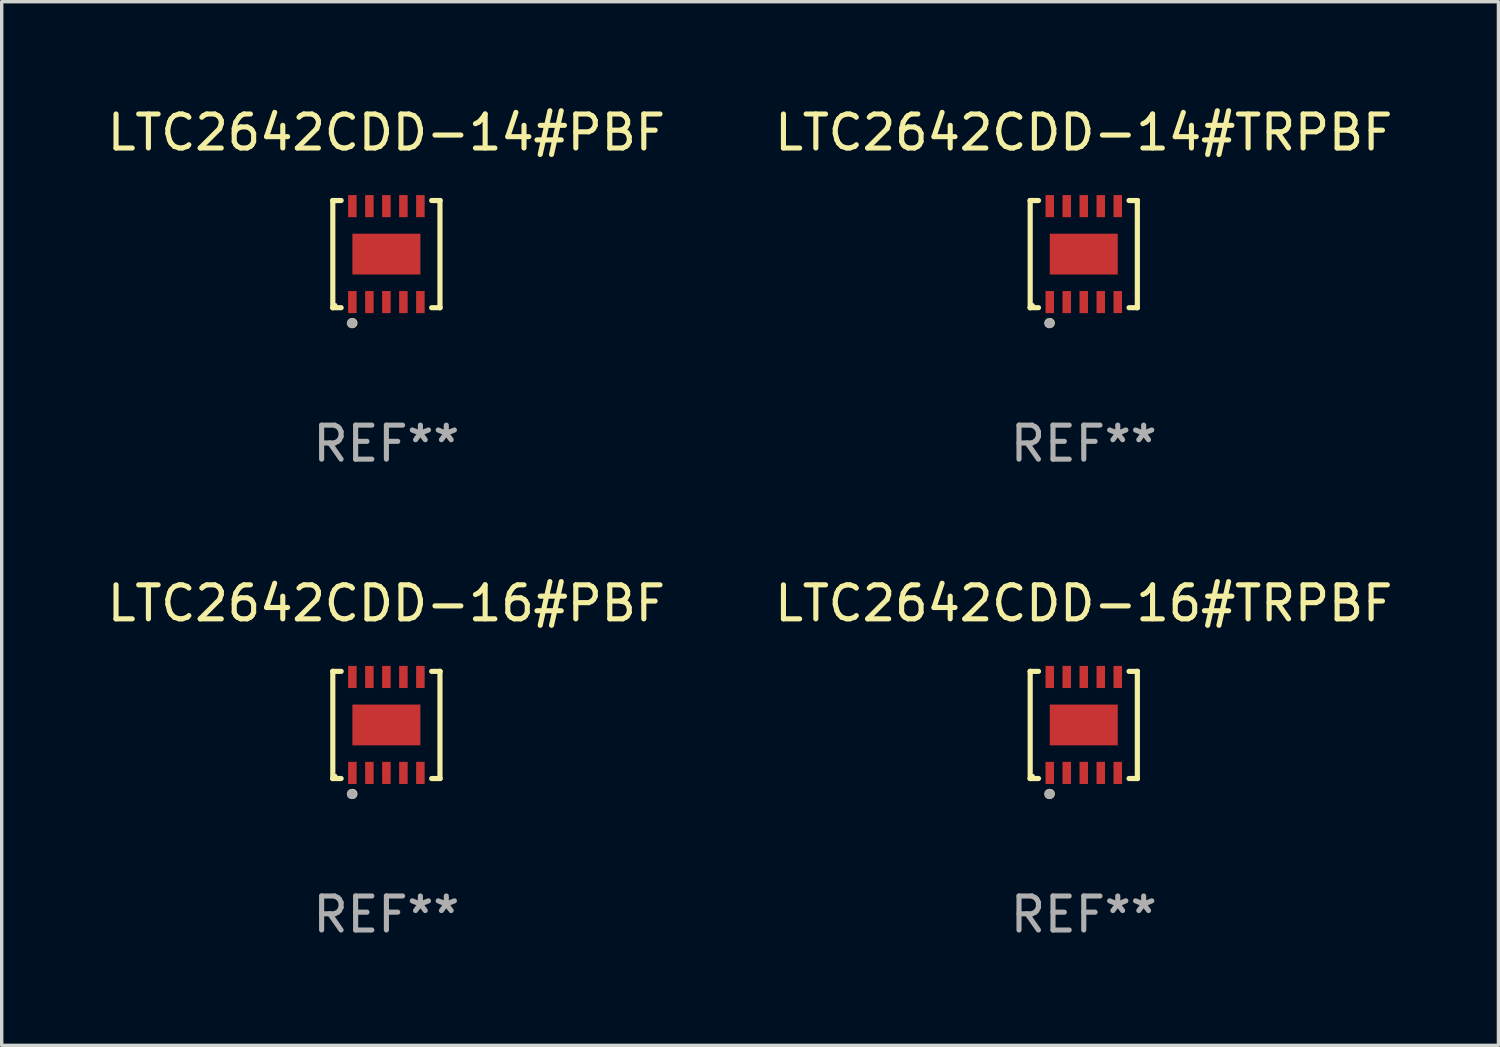
<source format=kicad_pcb>
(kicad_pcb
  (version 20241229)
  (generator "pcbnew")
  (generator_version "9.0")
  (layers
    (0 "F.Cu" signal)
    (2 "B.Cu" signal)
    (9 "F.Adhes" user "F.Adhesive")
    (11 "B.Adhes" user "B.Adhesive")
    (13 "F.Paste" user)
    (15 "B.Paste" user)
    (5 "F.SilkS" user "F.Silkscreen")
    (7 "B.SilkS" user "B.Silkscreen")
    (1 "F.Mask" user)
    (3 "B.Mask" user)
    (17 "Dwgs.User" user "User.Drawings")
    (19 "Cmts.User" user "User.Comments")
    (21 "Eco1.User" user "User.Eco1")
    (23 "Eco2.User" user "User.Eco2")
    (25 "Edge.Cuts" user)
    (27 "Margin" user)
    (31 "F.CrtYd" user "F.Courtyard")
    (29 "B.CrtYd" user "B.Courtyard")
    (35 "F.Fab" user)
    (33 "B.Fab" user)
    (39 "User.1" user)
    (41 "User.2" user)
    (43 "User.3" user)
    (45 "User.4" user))
  (footprint "LTC2642CDD-14#PBF"
    (layer "F.Cu")
    (at 8.315 4.424)
    (property "Reference" "LTC2642CDD-14#PBF" (at 0 -3.576 0) (layer "F.SilkS") (effects (font (size 1 1) (thickness 0.15))))
    (attr through_hole)
    (fp_line (start -1.576 -1.576) (end -1.576 -1.576) (stroke (width 0.152) (type solid)) (layer "F.SilkS"))
    (fp_line (start -1.576 -1.576) (end -1.331 -1.576) (stroke (width 0.152) (type solid)) (layer "F.SilkS"))
    (fp_line (start -1.576 1.576) (end -1.576 -1.576) (stroke (width 0.152) (type solid)) (layer "F.SilkS"))
    (fp_line (start -1.576 1.576) (end -1.576 1.576) (stroke (width 0.152) (type solid)) (layer "F.SilkS"))
    (fp_line (start -1.331 1.576) (end -1.576 1.576) (stroke (width 0.152) (type solid)) (layer "F.SilkS"))
    (fp_line (start 1.331 1.576) (end 1.576 1.576) (stroke (width 0.152) (type solid)) (layer "F.SilkS"))
    (fp_line (start 1.576 -1.576) (end 1.331 -1.576) (stroke (width 0.152) (type solid)) (layer "F.SilkS"))
    (fp_line (start 1.576 -1.576) (end 1.576 -1.576) (stroke (width 0.152) (type solid)) (layer "F.SilkS"))
    (fp_line (start 1.576 1.576) (end 1.576 -1.576) (stroke (width 0.152) (type solid)) (layer "F.SilkS"))
    (fp_line (start 1.576 1.576) (end 1.576 1.576) (stroke (width 0.152) (type solid)) (layer "F.SilkS"))
    (fp_circle (center -1.5 1.5) (end -1.47 1.5) (stroke (width 0.06) (type solid)) (fill no) (layer "F.SilkS"))
    (fp_circle (center -1 2.028) (end -0.925 2.028) (stroke (width 0.15) (type solid)) (fill no) (layer "F.SilkS"))
    (fp_circle (center -1.016 2.032) (end -0.941 2.032) (stroke (width 0.15) (type solid)) (fill no) (layer "F.Fab"))
    (fp_text user "REF**" (at 0 5.576 0) (layer "F.Fab") (effects (font (size 1 1) (thickness 0.15))))
    (pad "1" smd rect (at -1 1.411) (size 0.25 0.65) (layers "F.Cu" "F.Mask" "F.Paste"))
    (pad "2" smd rect (at -0.5 1.411) (size 0.25 0.65) (layers "F.Cu" "F.Mask" "F.Paste"))
    (pad "3" smd rect (at 0 1.411) (size 0.25 0.65) (layers "F.Cu" "F.Mask" "F.Paste"))
    (pad "4" smd rect (at 0.5 1.411) (size 0.25 0.65) (layers "F.Cu" "F.Mask" "F.Paste"))
    (pad "5" smd rect (at 1 1.411) (size 0.25 0.65) (layers "F.Cu" "F.Mask" "F.Paste"))
    (pad "6" smd rect (at 1 -1.411) (size 0.25 0.65) (layers "F.Cu" "F.Mask" "F.Paste"))
    (pad "7" smd rect (at 0.5 -1.411) (size 0.25 0.65) (layers "F.Cu" "F.Mask" "F.Paste"))
    (pad "8" smd rect (at 0 -1.411) (size 0.25 0.65) (layers "F.Cu" "F.Mask" "F.Paste"))
    (pad "9" smd rect (at -0.5 -1.411) (size 0.25 0.65) (layers "F.Cu" "F.Mask" "F.Paste"))
    (pad "10" smd rect (at -1 -1.411) (size 0.25 0.65) (layers "F.Cu" "F.Mask" "F.Paste"))
    (pad "11" smd rect (at 0 0) (size 2 1.2) (layers "F.Cu" "F.Mask" "F.Paste")))
  (footprint "LTC2642CDD-14#TRPBF"
    (layer "F.Cu")
    (at 28.827 4.424)
    (property "Reference" "LTC2642CDD-14#TRPBF" (at 0 -3.576 0) (layer "F.SilkS") (effects (font (size 1 1) (thickness 0.15))))
    (attr through_hole)
    (fp_line (start -1.576 -1.576) (end -1.576 -1.576) (stroke (width 0.152) (type solid)) (layer "F.SilkS"))
    (fp_line (start -1.576 -1.576) (end -1.331 -1.576) (stroke (width 0.152) (type solid)) (layer "F.SilkS"))
    (fp_line (start -1.576 1.576) (end -1.576 -1.576) (stroke (width 0.152) (type solid)) (layer "F.SilkS"))
    (fp_line (start -1.576 1.576) (end -1.576 1.576) (stroke (width 0.152) (type solid)) (layer "F.SilkS"))
    (fp_line (start -1.331 1.576) (end -1.576 1.576) (stroke (width 0.152) (type solid)) (layer "F.SilkS"))
    (fp_line (start 1.331 1.576) (end 1.576 1.576) (stroke (width 0.152) (type solid)) (layer "F.SilkS"))
    (fp_line (start 1.576 -1.576) (end 1.331 -1.576) (stroke (width 0.152) (type solid)) (layer "F.SilkS"))
    (fp_line (start 1.576 -1.576) (end 1.576 -1.576) (stroke (width 0.152) (type solid)) (layer "F.SilkS"))
    (fp_line (start 1.576 1.576) (end 1.576 -1.576) (stroke (width 0.152) (type solid)) (layer "F.SilkS"))
    (fp_line (start 1.576 1.576) (end 1.576 1.576) (stroke (width 0.152) (type solid)) (layer "F.SilkS"))
    (fp_circle (center -1.5 1.5) (end -1.47 1.5) (stroke (width 0.06) (type solid)) (fill no) (layer "F.SilkS"))
    (fp_circle (center -1 2.028) (end -0.925 2.028) (stroke (width 0.15) (type solid)) (fill no) (layer "F.SilkS"))
    (fp_circle (center -1.016 2.032) (end -0.941 2.032) (stroke (width 0.15) (type solid)) (fill no) (layer "F.Fab"))
    (fp_text user "REF**" (at 0 5.576 0) (layer "F.Fab") (effects (font (size 1 1) (thickness 0.15))))
    (pad "1" smd rect (at -1 1.411) (size 0.25 0.65) (layers "F.Cu" "F.Mask" "F.Paste"))
    (pad "2" smd rect (at -0.5 1.411) (size 0.25 0.65) (layers "F.Cu" "F.Mask" "F.Paste"))
    (pad "3" smd rect (at 0 1.411) (size 0.25 0.65) (layers "F.Cu" "F.Mask" "F.Paste"))
    (pad "4" smd rect (at 0.5 1.411) (size 0.25 0.65) (layers "F.Cu" "F.Mask" "F.Paste"))
    (pad "5" smd rect (at 1 1.411) (size 0.25 0.65) (layers "F.Cu" "F.Mask" "F.Paste"))
    (pad "6" smd rect (at 1 -1.411) (size 0.25 0.65) (layers "F.Cu" "F.Mask" "F.Paste"))
    (pad "7" smd rect (at 0.5 -1.411) (size 0.25 0.65) (layers "F.Cu" "F.Mask" "F.Paste"))
    (pad "8" smd rect (at 0 -1.411) (size 0.25 0.65) (layers "F.Cu" "F.Mask" "F.Paste"))
    (pad "9" smd rect (at -0.5 -1.411) (size 0.25 0.65) (layers "F.Cu" "F.Mask" "F.Paste"))
    (pad "10" smd rect (at -1 -1.411) (size 0.25 0.65) (layers "F.Cu" "F.Mask" "F.Paste"))
    (pad "11" smd rect (at 0 0) (size 2 1.2) (layers "F.Cu" "F.Mask" "F.Paste")))
  (footprint "LTC2642CDD-16#TRPBF"
    (layer "F.Cu")
    (at 28.827 18.273)
    (property "Reference" "LTC2642CDD-16#TRPBF" (at 0 -3.576 0) (layer "F.SilkS") (effects (font (size 1 1) (thickness 0.15))))
    (attr through_hole)
    (fp_line (start -1.576 -1.576) (end -1.576 -1.576) (stroke (width 0.152) (type solid)) (layer "F.SilkS"))
    (fp_line (start -1.576 -1.576) (end -1.331 -1.576) (stroke (width 0.152) (type solid)) (layer "F.SilkS"))
    (fp_line (start -1.576 1.576) (end -1.576 -1.576) (stroke (width 0.152) (type solid)) (layer "F.SilkS"))
    (fp_line (start -1.576 1.576) (end -1.576 1.576) (stroke (width 0.152) (type solid)) (layer "F.SilkS"))
    (fp_line (start -1.331 1.576) (end -1.576 1.576) (stroke (width 0.152) (type solid)) (layer "F.SilkS"))
    (fp_line (start 1.331 1.576) (end 1.576 1.576) (stroke (width 0.152) (type solid)) (layer "F.SilkS"))
    (fp_line (start 1.576 -1.576) (end 1.331 -1.576) (stroke (width 0.152) (type solid)) (layer "F.SilkS"))
    (fp_line (start 1.576 -1.576) (end 1.576 -1.576) (stroke (width 0.152) (type solid)) (layer "F.SilkS"))
    (fp_line (start 1.576 1.576) (end 1.576 -1.576) (stroke (width 0.152) (type solid)) (layer "F.SilkS"))
    (fp_line (start 1.576 1.576) (end 1.576 1.576) (stroke (width 0.152) (type solid)) (layer "F.SilkS"))
    (fp_circle (center -1.5 1.5) (end -1.47 1.5) (stroke (width 0.06) (type solid)) (fill no) (layer "F.SilkS"))
    (fp_circle (center -1 2.028) (end -0.925 2.028) (stroke (width 0.15) (type solid)) (fill no) (layer "F.SilkS"))
    (fp_circle (center -1.016 2.032) (end -0.941 2.032) (stroke (width 0.15) (type solid)) (fill no) (layer "F.Fab"))
    (fp_text user "REF**" (at 0 5.576 0) (layer "F.Fab") (effects (font (size 1 1) (thickness 0.15))))
    (pad "1" smd rect (at -1 1.411) (size 0.25 0.65) (layers "F.Cu" "F.Mask" "F.Paste"))
    (pad "2" smd rect (at -0.5 1.411) (size 0.25 0.65) (layers "F.Cu" "F.Mask" "F.Paste"))
    (pad "3" smd rect (at 0 1.411) (size 0.25 0.65) (layers "F.Cu" "F.Mask" "F.Paste"))
    (pad "4" smd rect (at 0.5 1.411) (size 0.25 0.65) (layers "F.Cu" "F.Mask" "F.Paste"))
    (pad "5" smd rect (at 1 1.411) (size 0.25 0.65) (layers "F.Cu" "F.Mask" "F.Paste"))
    (pad "6" smd rect (at 1 -1.411) (size 0.25 0.65) (layers "F.Cu" "F.Mask" "F.Paste"))
    (pad "7" smd rect (at 0.5 -1.411) (size 0.25 0.65) (layers "F.Cu" "F.Mask" "F.Paste"))
    (pad "8" smd rect (at 0 -1.411) (size 0.25 0.65) (layers "F.Cu" "F.Mask" "F.Paste"))
    (pad "9" smd rect (at -0.5 -1.411) (size 0.25 0.65) (layers "F.Cu" "F.Mask" "F.Paste"))
    (pad "10" smd rect (at -1 -1.411) (size 0.25 0.65) (layers "F.Cu" "F.Mask" "F.Paste"))
    (pad "11" smd rect (at 0 0) (size 2 1.2) (layers "F.Cu" "F.Mask" "F.Paste")))
  (footprint "LTC2642CDD-16#PBF"
    (layer "F.Cu")
    (at 8.315 18.273)
    (property "Reference" "LTC2642CDD-16#PBF" (at 0 -3.576 0) (layer "F.SilkS") (effects (font (size 1 1) (thickness 0.15))))
    (attr through_hole)
    (fp_line (start -1.576 -1.576) (end -1.576 -1.576) (stroke (width 0.152) (type solid)) (layer "F.SilkS"))
    (fp_line (start -1.576 -1.576) (end -1.331 -1.576) (stroke (width 0.152) (type solid)) (layer "F.SilkS"))
    (fp_line (start -1.576 1.576) (end -1.576 -1.576) (stroke (width 0.152) (type solid)) (layer "F.SilkS"))
    (fp_line (start -1.576 1.576) (end -1.576 1.576) (stroke (width 0.152) (type solid)) (layer "F.SilkS"))
    (fp_line (start -1.331 1.576) (end -1.576 1.576) (stroke (width 0.152) (type solid)) (layer "F.SilkS"))
    (fp_line (start 1.331 1.576) (end 1.576 1.576) (stroke (width 0.152) (type solid)) (layer "F.SilkS"))
    (fp_line (start 1.576 -1.576) (end 1.331 -1.576) (stroke (width 0.152) (type solid)) (layer "F.SilkS"))
    (fp_line (start 1.576 -1.576) (end 1.576 -1.576) (stroke (width 0.152) (type solid)) (layer "F.SilkS"))
    (fp_line (start 1.576 1.576) (end 1.576 -1.576) (stroke (width 0.152) (type solid)) (layer "F.SilkS"))
    (fp_line (start 1.576 1.576) (end 1.576 1.576) (stroke (width 0.152) (type solid)) (layer "F.SilkS"))
    (fp_circle (center -1.5 1.5) (end -1.47 1.5) (stroke (width 0.06) (type solid)) (fill no) (layer "F.SilkS"))
    (fp_circle (center -1 2.028) (end -0.925 2.028) (stroke (width 0.15) (type solid)) (fill no) (layer "F.SilkS"))
    (fp_circle (center -1.016 2.032) (end -0.941 2.032) (stroke (width 0.15) (type solid)) (fill no) (layer "F.Fab"))
    (fp_text user "REF**" (at 0 5.576 0) (layer "F.Fab") (effects (font (size 1 1) (thickness 0.15))))
    (pad "1" smd rect (at -1 1.411) (size 0.25 0.65) (layers "F.Cu" "F.Mask" "F.Paste"))
    (pad "2" smd rect (at -0.5 1.411) (size 0.25 0.65) (layers "F.Cu" "F.Mask" "F.Paste"))
    (pad "3" smd rect (at 0 1.411) (size 0.25 0.65) (layers "F.Cu" "F.Mask" "F.Paste"))
    (pad "4" smd rect (at 0.5 1.411) (size 0.25 0.65) (layers "F.Cu" "F.Mask" "F.Paste"))
    (pad "5" smd rect (at 1 1.411) (size 0.25 0.65) (layers "F.Cu" "F.Mask" "F.Paste"))
    (pad "6" smd rect (at 1 -1.411) (size 0.25 0.65) (layers "F.Cu" "F.Mask" "F.Paste"))
    (pad "7" smd rect (at 0.5 -1.411) (size 0.25 0.65) (layers "F.Cu" "F.Mask" "F.Paste"))
    (pad "8" smd rect (at 0 -1.411) (size 0.25 0.65) (layers "F.Cu" "F.Mask" "F.Paste"))
    (pad "9" smd rect (at -0.5 -1.411) (size 0.25 0.65) (layers "F.Cu" "F.Mask" "F.Paste"))
    (pad "10" smd rect (at -1 -1.411) (size 0.25 0.65) (layers "F.Cu" "F.Mask" "F.Paste"))
    (pad "11" smd rect (at 0 0) (size 2 1.2) (layers "F.Cu" "F.Mask" "F.Paste")))
  (gr_rect
    (start -3 -3)
    (end 41.024 27.698)
    (stroke (width 0.1) (type default))
    (fill no)
    (layer "Edge.Cuts")))
</source>
